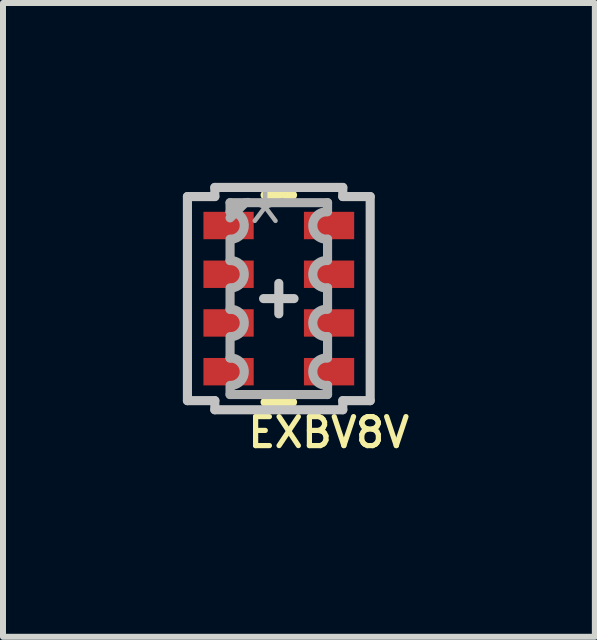
<source format=kicad_pcb>
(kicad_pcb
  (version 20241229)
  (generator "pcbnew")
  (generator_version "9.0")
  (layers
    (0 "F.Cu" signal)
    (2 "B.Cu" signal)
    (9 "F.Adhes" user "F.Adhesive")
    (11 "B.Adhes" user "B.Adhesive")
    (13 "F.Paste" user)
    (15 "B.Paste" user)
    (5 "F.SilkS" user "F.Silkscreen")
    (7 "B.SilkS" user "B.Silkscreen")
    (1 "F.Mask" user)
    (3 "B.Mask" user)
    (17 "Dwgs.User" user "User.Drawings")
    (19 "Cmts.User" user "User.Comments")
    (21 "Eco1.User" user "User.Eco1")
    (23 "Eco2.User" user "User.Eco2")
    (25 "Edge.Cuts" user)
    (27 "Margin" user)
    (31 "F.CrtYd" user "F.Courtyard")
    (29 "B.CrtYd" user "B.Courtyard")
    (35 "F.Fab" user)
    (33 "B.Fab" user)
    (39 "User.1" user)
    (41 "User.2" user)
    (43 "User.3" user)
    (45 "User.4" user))
  (footprint "EXBV8V"
    (layer "F.Cu")
    (at 1.6 1.93)
    (property "Reference" "EXBV8V" (at -0.559 2.515 0) (unlocked yes) (layer "F.SilkS") (effects (font (size 0.483 0.483) (thickness 0.087)) (justify left bottom)))
    (attr through_hole)
    (fp_line (start -0.229 -1.727) (end 0.229 -1.727) (stroke (width 0.152) (type solid)) (layer "F.SilkS"))
    (fp_line (start -0.229 1.727) (end 0.229 1.727) (stroke (width 0.152) (type solid)) (layer "F.SilkS"))
    (fp_line (start -1.524 -1.702) (end -1.067 -1.702) (stroke (width 0.152) (type solid)) (layer "Dwgs.User"))
    (fp_line (start -1.524 1.702) (end -1.524 -1.702) (stroke (width 0.152) (type solid)) (layer "Dwgs.User"))
    (fp_line (start -1.524 1.702) (end -1.067 1.702) (stroke (width 0.152) (type solid)) (layer "Dwgs.User"))
    (fp_line (start -1.067 -1.854) (end 1.067 -1.854) (stroke (width 0.152) (type solid)) (layer "Dwgs.User"))
    (fp_line (start -1.067 -1.702) (end -1.067 -1.854) (stroke (width 0.152) (type solid)) (layer "Dwgs.User"))
    (fp_line (start -1.067 1.854) (end -1.067 1.702) (stroke (width 0.152) (type solid)) (layer "Dwgs.User"))
    (fp_line (start -0.254 0) (end 0.254 0) (stroke (width 0.152) (type solid)) (layer "Dwgs.User"))
    (fp_line (start 0 0.254) (end 0 -0.254) (stroke (width 0.152) (type solid)) (layer "Dwgs.User"))
    (fp_line (start 1.067 -1.854) (end 1.067 -1.702) (stroke (width 0.152) (type solid)) (layer "Dwgs.User"))
    (fp_line (start 1.067 1.702) (end 1.067 1.854) (stroke (width 0.152) (type solid)) (layer "Dwgs.User"))
    (fp_line (start 1.067 1.854) (end -1.067 1.854) (stroke (width 0.152) (type solid)) (layer "Dwgs.User"))
    (fp_line (start 1.524 -1.702) (end 1.067 -1.702) (stroke (width 0.152) (type solid)) (layer "Dwgs.User"))
    (fp_line (start 1.524 -1.702) (end 1.524 1.702) (stroke (width 0.152) (type solid)) (layer "Dwgs.User"))
    (fp_line (start 1.524 1.702) (end 1.067 1.702) (stroke (width 0.152) (type solid)) (layer "Dwgs.User"))
    (fp_poly (pts (xy -1.511 1.702) (xy -1.511 -1.702) (xy -1.054 -1.702) (xy -1.054 -1.854) (xy 1.054 -1.854) (xy 1.054 -1.702) (xy 1.511 -1.702) (xy 1.511 1.702) (xy 1.054 1.702) (xy 1.054 1.854) (xy -1.054 1.854) (xy -1.054 1.702)) (stroke (width 0.1) (type solid)) (fill no) (layer "Dwgs.User"))
    (fp_line (start -0.813 -1.6) (end 0.813 -1.6) (stroke (width 0.152) (type solid)) (layer "F.Fab"))
    (fp_line (start -0.813 -1.448) (end -0.813 -1.6) (stroke (width 0.152) (type solid)) (layer "F.Fab"))
    (fp_line (start -0.813 -0.991) (end -0.813 -0.635) (stroke (width 0.152) (type solid)) (layer "F.Fab"))
    (fp_line (start -0.813 -0.178) (end -0.813 0.178) (stroke (width 0.152) (type solid)) (layer "F.Fab"))
    (fp_line (start -0.813 0.635) (end -0.813 0.991) (stroke (width 0.152) (type solid)) (layer "F.Fab"))
    (fp_line (start -0.813 1.448) (end -0.813 1.6) (stroke (width 0.152) (type solid)) (layer "F.Fab"))
    (fp_line (start -0.813 1.6) (end 0.813 1.6) (stroke (width 0.152) (type solid)) (layer "F.Fab"))
    (fp_line (start -0.559 -1.6) (end -0.813 -1.346) (stroke (width 0.152) (type solid)) (layer "F.Fab"))
    (fp_line (start 0.813 -1.448) (end 0.813 -1.6) (stroke (width 0.152) (type solid)) (layer "F.Fab"))
    (fp_line (start 0.813 -0.991) (end 0.813 -0.635) (stroke (width 0.152) (type solid)) (layer "F.Fab"))
    (fp_line (start 0.813 -0.178) (end 0.813 0.178) (stroke (width 0.152) (type solid)) (layer "F.Fab"))
    (fp_line (start 0.813 0.635) (end 0.813 0.991) (stroke (width 0.152) (type solid)) (layer "F.Fab"))
    (fp_line (start 0.813 1.448) (end 0.813 1.6) (stroke (width 0.152) (type solid)) (layer "F.Fab"))
    (fp_arc (start -0.8128 -1.4478) (mid -0.5715 -1.2319) (end -0.7874 -0.9906) (stroke (width 0.1524) (type solid)) (layer "F.Fab"))
    (fp_arc (start -0.8128 -0.635) (mid -0.5715 -0.4191) (end -0.7874 -0.1778) (stroke (width 0.1524) (type solid)) (layer "F.Fab"))
    (fp_arc (start -0.8128 0.1778) (mid -0.5715 0.3937) (end -0.7874 0.635) (stroke (width 0.1524) (type solid)) (layer "F.Fab"))
    (fp_arc (start -0.8128 0.9906) (mid -0.5715 1.2065) (end -0.7874 1.4478) (stroke (width 0.1524) (type solid)) (layer "F.Fab"))
    (fp_arc (start 0.8128 -0.9906) (mid 0.5715 -1.2065) (end 0.7874 -1.4478) (stroke (width 0.1524) (type solid)) (layer "F.Fab"))
    (fp_arc (start 0.8128 -0.1778) (mid 0.5715 -0.3937) (end 0.7874 -0.635) (stroke (width 0.1524) (type solid)) (layer "F.Fab"))
    (fp_arc (start 0.8128 0.635) (mid 0.5715 0.4191) (end 0.7874 0.1778) (stroke (width 0.1524) (type solid)) (layer "F.Fab"))
    (fp_arc (start 0.8128 1.4478) (mid 0.5715 1.2319) (end 0.7874 0.9906) (stroke (width 0.1524) (type solid)) (layer "F.Fab"))
    (fp_text user "*" (at -0.737 -0.457 0) (layer "F.Fab") (effects (font (size 1.206 1.206) (thickness 0.076)) (justify left bottom)))
    (pad "1" smd rect (at -0.838 -1.219) (size 0.838 0.457) (layers "F.Cu" "F.Mask" "F.Paste"))
    (pad "2" smd rect (at -0.838 -0.406) (size 0.838 0.457) (layers "F.Cu" "F.Mask" "F.Paste"))
    (pad "3" smd rect (at -0.838 0.406) (size 0.838 0.457) (layers "F.Cu" "F.Mask" "F.Paste"))
    (pad "4" smd rect (at -0.838 1.219) (size 0.838 0.457) (layers "F.Cu" "F.Mask" "F.Paste"))
    (pad "5" smd rect (at 0.838 1.219 180) (size 0.838 0.457) (layers "F.Cu" "F.Mask" "F.Paste"))
    (pad "6" smd rect (at 0.838 0.406 180) (size 0.838 0.457) (layers "F.Cu" "F.Mask" "F.Paste"))
    (pad "7" smd rect (at 0.838 -0.406 180) (size 0.838 0.457) (layers "F.Cu" "F.Mask" "F.Paste"))
    (pad "8" smd rect (at 0.838 -1.219 180) (size 0.838 0.457) (layers "F.Cu" "F.Mask" "F.Paste")))
  (gr_rect
    (start -3 -3)
    (end 6.871 7.571)
    (stroke (width 0.1) (type default))
    (fill no)
    (layer "Edge.Cuts")))
</source>
